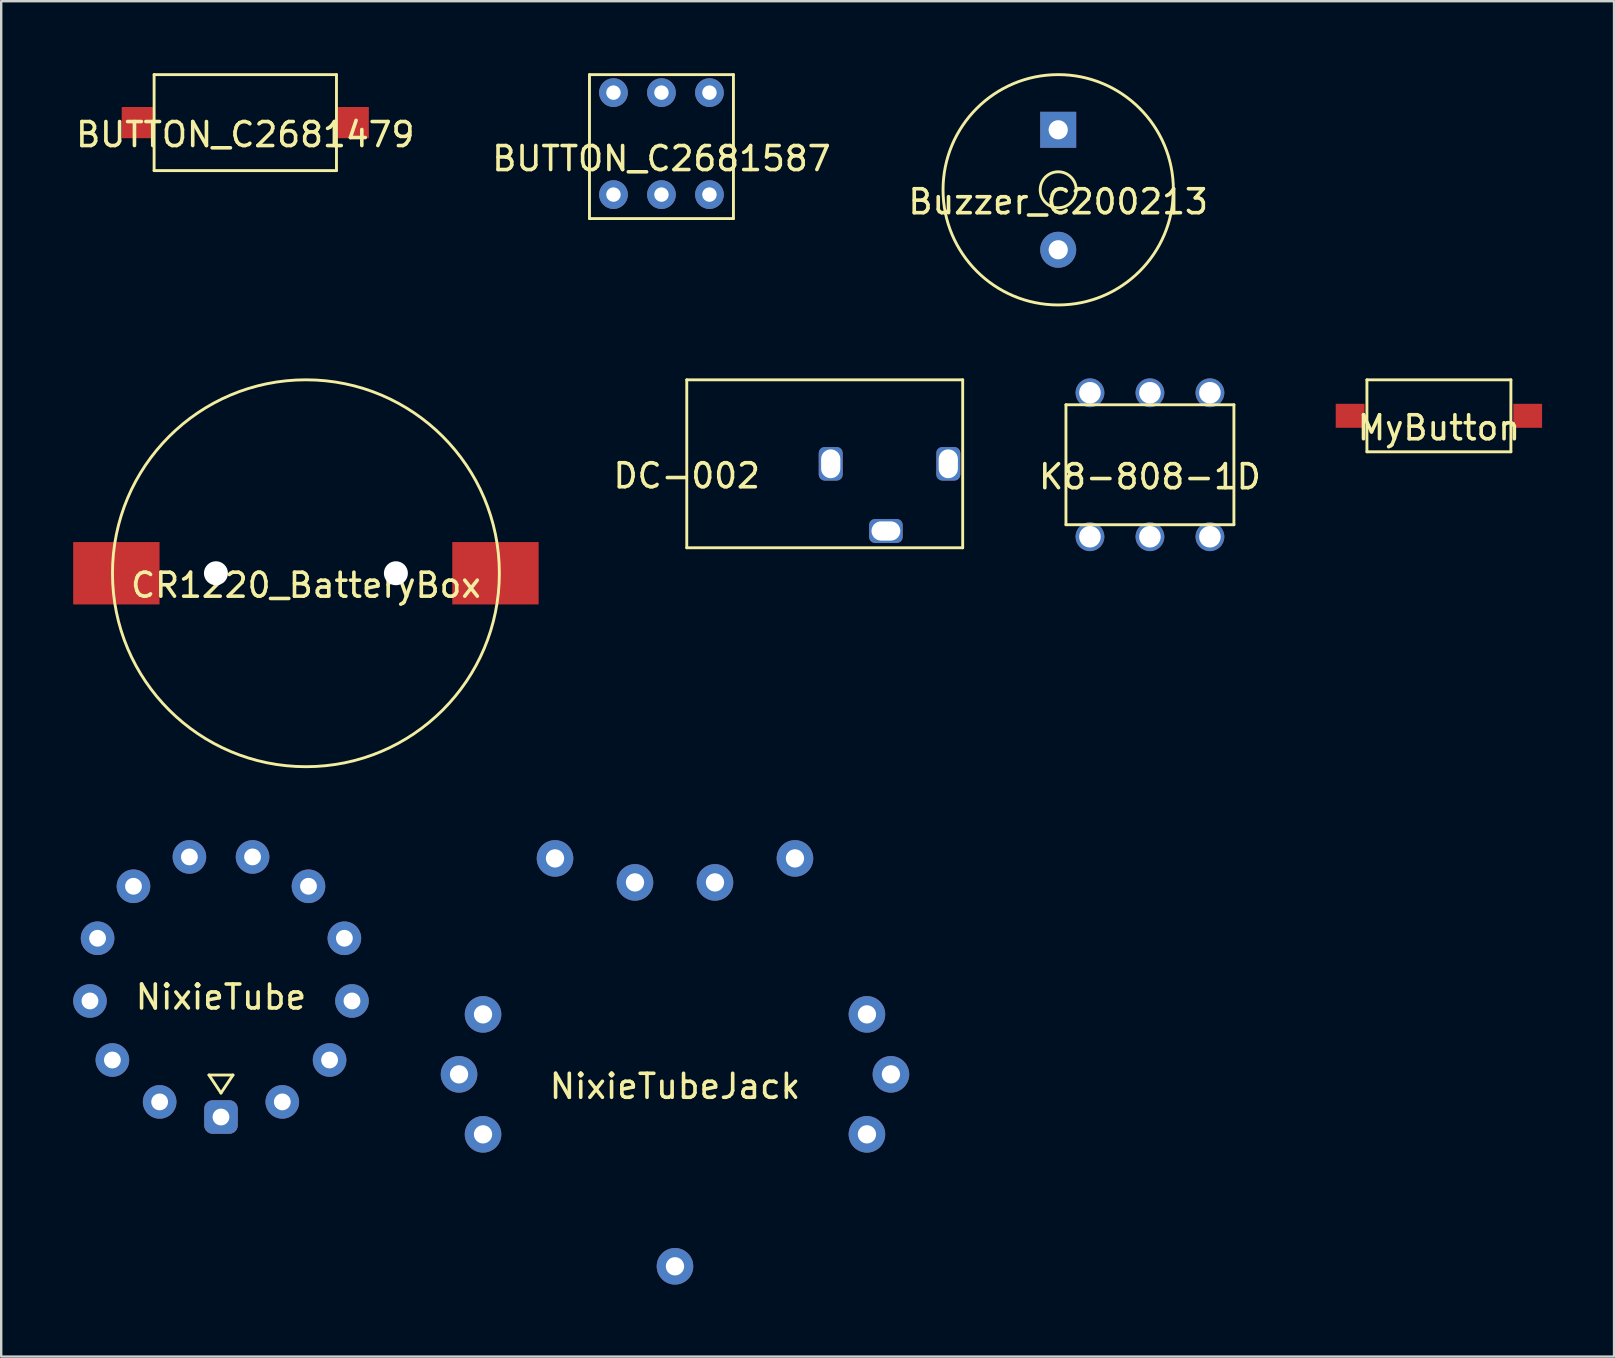
<source format=kicad_pcb>
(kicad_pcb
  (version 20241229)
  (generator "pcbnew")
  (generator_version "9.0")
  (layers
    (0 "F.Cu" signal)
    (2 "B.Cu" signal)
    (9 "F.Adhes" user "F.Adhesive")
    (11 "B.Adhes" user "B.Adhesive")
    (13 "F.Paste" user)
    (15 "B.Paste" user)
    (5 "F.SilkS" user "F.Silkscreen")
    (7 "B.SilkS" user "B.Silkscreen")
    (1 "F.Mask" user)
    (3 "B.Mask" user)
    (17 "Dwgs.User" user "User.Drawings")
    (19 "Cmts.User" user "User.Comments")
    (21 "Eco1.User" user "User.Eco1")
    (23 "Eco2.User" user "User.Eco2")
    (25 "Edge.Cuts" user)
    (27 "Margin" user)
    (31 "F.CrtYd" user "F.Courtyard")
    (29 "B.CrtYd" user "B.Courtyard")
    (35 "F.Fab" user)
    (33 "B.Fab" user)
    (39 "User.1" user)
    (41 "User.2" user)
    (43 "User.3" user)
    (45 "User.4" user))
  (footprint "K8-808-1D"
    (layer "F.Cu")
    (at 44.877 16.32)
    (property "Reference" "K8-808-1D" (at 0 0.5 0) (layer "F.SilkS") (effects (font (size 1 1) (thickness 0.15))))
    (attr through_hole)
    (fp_line (start -3.5 -2.5) (end 3.5 -2.5) (stroke (width 0.12) (type solid)) (layer "F.SilkS"))
    (fp_line (start -3.5 2.5) (end -3.5 -2.5) (stroke (width 0.12) (type solid)) (layer "F.SilkS"))
    (fp_line (start 3.5 -2.5) (end 3.5 2.5) (stroke (width 0.12) (type solid)) (layer "F.SilkS"))
    (fp_line (start 3.5 2.5) (end -3.5 2.5) (stroke (width 0.12) (type solid)) (layer "F.SilkS"))
    (pad "1" thru_hole circle (at 2.5 3) (size 1.2 1.2) (drill 0.9) (layers "*.Cu" "*.Mask"))
    (pad "2" thru_hole circle (at 0 3) (size 1.2 1.2) (drill 0.9) (layers "*.Cu" "*.Mask"))
    (pad "3" thru_hole circle (at -2.5 3) (size 1.2 1.2) (drill 0.9) (layers "*.Cu" "*.Mask"))
    (pad "4" thru_hole circle (at 2.5 -3) (size 1.2 1.2) (drill 0.9) (layers "*.Cu" "*.Mask"))
    (pad "5" thru_hole circle (at 0 -3) (size 1.2 1.2) (drill 0.9) (layers "*.Cu" "*.Mask"))
    (pad "6" thru_hole circle (at -2.5 -3) (size 1.2 1.2) (drill 0.9) (layers "*.Cu" "*.Mask")))
  (footprint "NixieTube"
    (layer "F.Cu")
    (at 6.16 38.005)
    (property "Reference" "NixieTube" (at 0 0.5 0) (layer "F.SilkS") (effects (font (size 1 1) (thickness 0.15))))
    (attr through_hole)
    (fp_line (start -0.5 3.75) (end 0.5 3.75) (stroke (width 0.12) (type solid)) (layer "F.SilkS"))
    (fp_line (start 0 4.5) (end -0.5 3.75) (stroke (width 0.12) (type solid)) (layer "F.SilkS"))
    (fp_line (start 0.5 3.75) (end 0 4.5) (stroke (width 0.12) (type solid)) (layer "F.SilkS"))
    (pad "1" thru_hole roundrect (at 0 5.5) (size 1.4 1.4) (drill 0.7) (layers "*.Cu" "*.Mask") (roundrect_rratio 0.25))
    (pad "2" thru_hole circle (at 2.556 4.87) (size 1.4 1.4) (drill 0.7) (layers "*.Cu" "*.Mask"))
    (pad "3" thru_hole circle (at 4.526 3.124) (size 1.4 1.4) (drill 0.7) (layers "*.Cu" "*.Mask"))
    (pad "4" thru_hole circle (at 5.46 0.663) (size 1.4 1.4) (drill 0.7) (layers "*.Cu" "*.Mask"))
    (pad "5" thru_hole circle (at 5.143 -1.95) (size 1.4 1.4) (drill 0.7) (layers "*.Cu" "*.Mask"))
    (pad "6" thru_hole circle (at 3.647 -4.117) (size 1.4 1.4) (drill 0.7) (layers "*.Cu" "*.Mask"))
    (pad "7" thru_hole circle (at 1.316 -5.34) (size 1.4 1.4) (drill 0.7) (layers "*.Cu" "*.Mask"))
    (pad "8" thru_hole circle (at -1.316 -5.34) (size 1.4 1.4) (drill 0.7) (layers "*.Cu" "*.Mask"))
    (pad "9" thru_hole circle (at -3.647 -4.117) (size 1.4 1.4) (drill 0.7) (layers "*.Cu" "*.Mask"))
    (pad "10" thru_hole circle (at -5.143 -1.95) (size 1.4 1.4) (drill 0.7) (layers "*.Cu" "*.Mask"))
    (pad "11" thru_hole circle (at -5.46 0.663) (size 1.4 1.4) (drill 0.7) (layers "*.Cu" "*.Mask"))
    (pad "12" thru_hole circle (at -4.526 3.124) (size 1.4 1.4) (drill 0.7) (layers "*.Cu" "*.Mask"))
    (pad "13" thru_hole circle (at -2.556 4.87) (size 1.4 1.4) (drill 0.7) (layers "*.Cu" "*.Mask")))
  (footprint "CR1220_BatteryBox"
    (layer "F.Cu")
    (at 9.7 20.842)
    (property "Reference" "CR1220_BatteryBox" (at 0 0.5 0) (layer "F.SilkS") (effects (font (size 1 1) (thickness 0.15))))
    (attr through_hole)
    (fp_circle (center 0 0) (end 7 4) (stroke (width 0.12) (type solid)) (fill no) (layer "F.SilkS"))
    (pad "" np_thru_hole circle (at -3.75 0) (size 1 1) (drill 1) (layers "*.Cu" "*.Mask"))
    (pad "" np_thru_hole circle (at 3.75 0) (size 1 1) (drill 1) (layers "*.Cu" "*.Mask"))
    (pad "1" smd rect (at -6.1 0) (size 3.6 2.6) (drill (offset -1.8 0)) (layers "F.Cu" "F.Mask" "F.Paste"))
    (pad "2" smd rect (at 6.1 0) (size 3.6 2.6) (drill (offset 1.8 0)) (layers "F.Cu" "F.Mask" "F.Paste")))
  (footprint "BUTTON_C2681479"
    (layer "F.Cu")
    (at 7.173 2.06)
    (property "Reference" "BUTTON_C2681479" (at 0 0.5 0) (layer "F.SilkS") (effects (font (size 1 1) (thickness 0.15))))
    (attr through_hole)
    (fp_line (start -3.8 -2) (end 3.8 -2) (stroke (width 0.12) (type solid)) (layer "F.SilkS"))
    (fp_line (start -3.8 2) (end -3.8 -2) (stroke (width 0.12) (type solid)) (layer "F.SilkS"))
    (fp_line (start 3.8 -2) (end 3.8 2) (stroke (width 0.12) (type solid)) (layer "F.SilkS"))
    (fp_line (start 3.8 2) (end -3.8 2) (stroke (width 0.12) (type solid)) (layer "F.SilkS"))
    (pad "1" smd rect (at -4.5 0) (size 1.3 1.3) (layers "F.Cu" "F.Mask" "F.Paste"))
    (pad "2" smd rect (at 4.5 0) (size 1.3 1.3) (layers "F.Cu" "F.Mask" "F.Paste")))
  (footprint "Buzzer_C200213"
    (layer "F.Cu")
    (at 41.054 4.86)
    (property "Reference" "Buzzer_C200213" (at 0 0.5 0) (layer "F.SilkS") (effects (font (size 1 1) (thickness 0.15))))
    (attr through_hole)
    (fp_circle (center 0 0) (end 0.75 0) (stroke (width 0.12) (type solid)) (fill no) (layer "F.SilkS"))
    (fp_circle (center 0 0) (end 4.8 0) (stroke (width 0.12) (type solid)) (fill no) (layer "F.SilkS"))
    (pad "1" thru_hole rect (at 0 -2.5) (size 1.5 1.5) (drill 0.8) (layers "*.Cu" "*.Mask"))
    (pad "2" thru_hole circle (at 0 2.5) (size 1.5 1.5) (drill 0.8) (layers "*.Cu" "*.Mask")))
  (footprint "NixieTubeJack"
    (layer "F.Cu")
    (at 25.082 41.727)
    (property "Reference" "NixieTubeJack" (at 0 0.5 0) (layer "F.SilkS") (effects (font (size 1 1) (thickness 0.15))))
    (attr through_hole)
    (pad "1" thru_hole circle (at 0 8) (size 1.524 1.524) (drill 0.762) (layers "*.Cu" "*.Mask"))
    (pad "3" thru_hole circle (at 8 2.5) (size 1.524 1.524) (drill 0.762) (layers "*.Cu" "*.Mask"))
    (pad "4" thru_hole circle (at 9 0) (size 1.524 1.524) (drill 0.762) (layers "*.Cu" "*.Mask"))
    (pad "5" thru_hole circle (at 8 -2.5) (size 1.524 1.524) (drill 0.762) (layers "*.Cu" "*.Mask"))
    (pad "6" thru_hole circle (at 5 -9) (size 1.524 1.524) (drill 0.762) (layers "*.Cu" "*.Mask"))
    (pad "7" thru_hole circle (at 1.667 -8) (size 1.524 1.524) (drill 0.762) (layers "*.Cu" "*.Mask"))
    (pad "8" thru_hole circle (at -1.667 -8) (size 1.524 1.524) (drill 0.762) (layers "*.Cu" "*.Mask"))
    (pad "9" thru_hole circle (at -5 -9) (size 1.524 1.524) (drill 0.762) (layers "*.Cu" "*.Mask"))
    (pad "10" thru_hole circle (at -8 -2.5) (size 1.524 1.524) (drill 0.762) (layers "*.Cu" "*.Mask"))
    (pad "11" thru_hole circle (at -9 0) (size 1.524 1.524) (drill 0.762) (layers "*.Cu" "*.Mask"))
    (pad "12" thru_hole circle (at -8 2.5) (size 1.524 1.524) (drill 0.762) (layers "*.Cu" "*.Mask")))
  (footprint "DC-002"
    (layer "F.Cu")
    (at 25.573 16.28)
    (property "Reference" "DC-002" (at 0 0.5 0) (layer "F.SilkS") (effects (font (size 1 1) (thickness 0.15))))
    (attr through_hole)
    (fp_line (start 0 -3.5) (end 11.5 -3.5) (stroke (width 0.12) (type solid)) (layer "F.SilkS"))
    (fp_line (start 0 3.5) (end 0 -3.5) (stroke (width 0.12) (type solid)) (layer "F.SilkS"))
    (fp_line (start 11.5 -3.5) (end 11.5 3.5) (stroke (width 0.12) (type solid)) (layer "F.SilkS"))
    (fp_line (start 11.5 3.5) (end 0 3.5) (stroke (width 0.12) (type solid)) (layer "F.SilkS"))
    (pad "1" thru_hole roundrect (at 10.9 0 90) (size 1.4 1) (drill oval 1.2 0.8) (layers "*.Cu" "*.Mask") (roundrect_rratio 0.25))
    (pad "2" thru_hole roundrect (at 6 0 90) (size 1.4 1) (drill oval 1.2 0.8) (layers "*.Cu" "*.Mask") (roundrect_rratio 0.25))
    (pad "3" thru_hole roundrect (at 8.3 2.8) (size 1.4 1) (drill oval 1.2 0.8) (layers "*.Cu" "*.Mask") (roundrect_rratio 0.25)))
  (footprint "MyButton"
    (layer "F.Cu")
    (at 56.921 14.28)
    (property "Reference" "MyButton" (at 0 0.5 0) (layer "F.SilkS") (effects (font (size 1 1) (thickness 0.15))))
    (attr through_hole)
    (fp_line (start -3 -1.5) (end -3 1.5) (stroke (width 0.12) (type solid)) (layer "F.SilkS"))
    (fp_line (start -3 1.5) (end 3 1.5) (stroke (width 0.12) (type solid)) (layer "F.SilkS"))
    (fp_line (start 3 -1.5) (end -3 -1.5) (stroke (width 0.12) (type solid)) (layer "F.SilkS"))
    (fp_line (start 3 1.5) (end 3 -1.5) (stroke (width 0.12) (type solid)) (layer "F.SilkS"))
    (pad "1" smd rect (at -3.7 0) (size 1.2 1) (layers "F.Cu" "F.Mask" "F.Paste"))
    (pad "2" smd rect (at 3.7 0) (size 1.2 1) (layers "F.Cu" "F.Mask" "F.Paste")))
  (footprint "BUTTON_C2681587"
    (layer "F.Cu")
    (at 24.518 3.06)
    (property "Reference" "BUTTON_C2681587" (at 0 0.5 0) (layer "F.SilkS") (effects (font (size 1 1) (thickness 0.15))))
    (attr through_hole)
    (fp_line (start -3 -3) (end 3 -3) (stroke (width 0.12) (type solid)) (layer "F.SilkS"))
    (fp_line (start -3 3) (end -3 -3) (stroke (width 0.12) (type solid)) (layer "F.SilkS"))
    (fp_line (start 3 -3) (end 3 3) (stroke (width 0.12) (type solid)) (layer "F.SilkS"))
    (fp_line (start 3 3) (end -3 3) (stroke (width 0.12) (type solid)) (layer "F.SilkS"))
    (pad "1" thru_hole circle (at 2 2) (size 1.2 1.2) (drill 0.6) (layers "*.Cu" "*.Mask"))
    (pad "2" thru_hole circle (at 0 2) (size 1.2 1.2) (drill 0.6) (layers "*.Cu" "*.Mask"))
    (pad "3" thru_hole circle (at -2 2) (size 1.2 1.2) (drill 0.6) (layers "*.Cu" "*.Mask"))
    (pad "4" thru_hole circle (at 2 -2.25) (size 1.2 1.2) (drill 0.6) (layers "*.Cu" "*.Mask"))
    (pad "5" thru_hole circle (at 0 -2.25) (size 1.2 1.2) (drill 0.6) (layers "*.Cu" "*.Mask"))
    (pad "6" thru_hole circle (at -2 -2.25) (size 1.2 1.2) (drill 0.6) (layers "*.Cu" "*.Mask")))
  (gr_rect
    (start -3 -3)
    (end 64.221 53.489)
    (stroke (width 0.1) (type default))
    (fill no)
    (layer "Edge.Cuts")))
</source>
